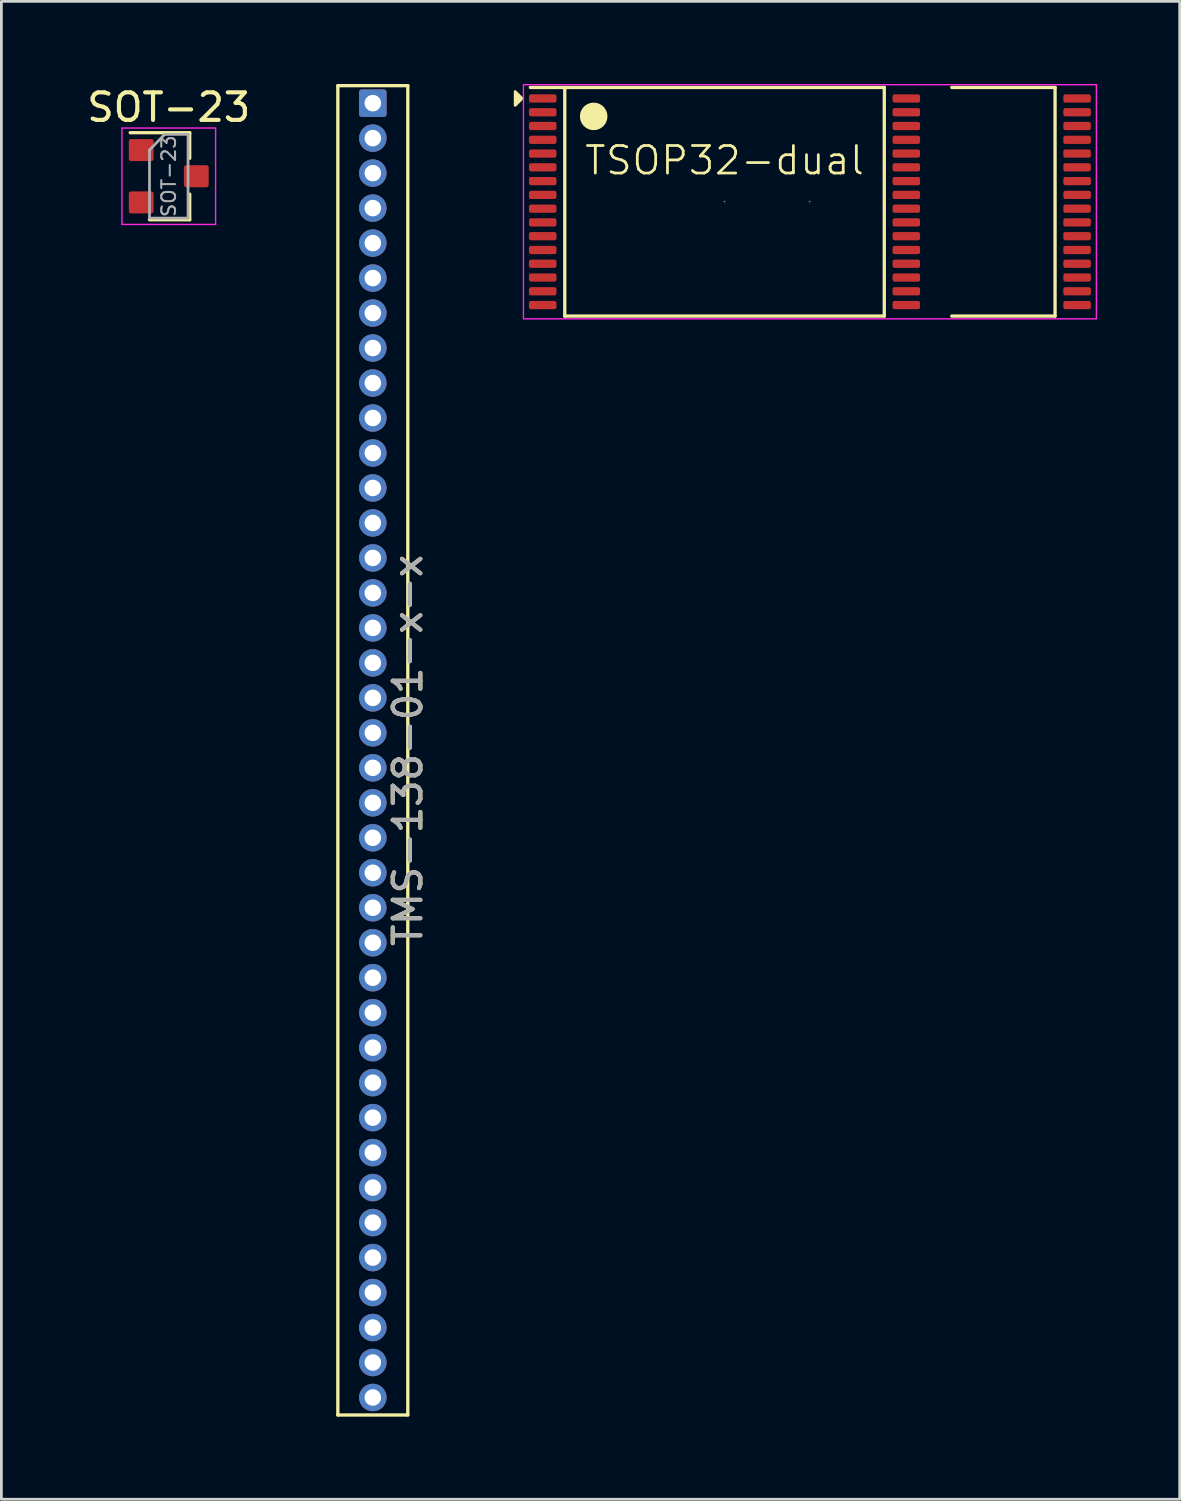
<source format=kicad_pcb>
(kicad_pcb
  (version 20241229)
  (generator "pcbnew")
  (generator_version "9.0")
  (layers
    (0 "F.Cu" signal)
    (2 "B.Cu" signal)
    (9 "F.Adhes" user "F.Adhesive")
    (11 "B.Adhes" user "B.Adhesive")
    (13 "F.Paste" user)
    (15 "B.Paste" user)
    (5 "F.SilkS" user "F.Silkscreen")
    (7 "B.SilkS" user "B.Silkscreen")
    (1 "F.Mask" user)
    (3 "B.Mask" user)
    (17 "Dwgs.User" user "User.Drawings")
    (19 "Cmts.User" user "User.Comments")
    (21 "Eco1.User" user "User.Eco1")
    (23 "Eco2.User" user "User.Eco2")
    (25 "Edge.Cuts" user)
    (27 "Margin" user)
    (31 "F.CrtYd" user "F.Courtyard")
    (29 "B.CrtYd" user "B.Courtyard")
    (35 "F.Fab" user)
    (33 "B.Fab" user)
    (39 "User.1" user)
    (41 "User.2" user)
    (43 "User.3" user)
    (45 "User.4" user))
  (footprint "TMS-138-01-x-x"
    (layer "F.Cu")
    (at 10.485 24.19)
    (property "Reference" "TMS-138-01-x-x" (at 1.27 0 270) (layer "F.SilkS") (effects (font (size 1 1) (thickness 0.15))))
    (attr through_hole)
    (fp_line (start -1.27 -24.13) (end 1.27 -24.13) (stroke (width 0.12) (type solid)) (layer "F.SilkS"))
    (fp_line (start -1.27 24.13) (end -1.27 -24.13) (stroke (width 0.12) (type solid)) (layer "F.SilkS"))
    (fp_line (start 1.27 -24.13) (end 1.27 24.13) (stroke (width 0.12) (type solid)) (layer "F.SilkS"))
    (fp_line (start 1.27 24.13) (end -1.27 24.13) (stroke (width 0.12) (type solid)) (layer "F.SilkS"))
    (fp_text user "${REFERENCE}" (at 1.27 0 270) (layer "F.Fab") (effects (font (size 1 1) (thickness 0.15))))
    (pad "1" thru_hole roundrect (at 0 -23.495) (size 1 1) (drill 0.6) (layers "*.Cu" "*.Mask") (roundrect_rratio 0.1))
    (pad "2" thru_hole circle (at 0 -22.225) (size 1 1) (drill 0.6) (layers "*.Cu" "*.Mask"))
    (pad "3" thru_hole circle (at 0 -20.955) (size 1 1) (drill 0.6) (layers "*.Cu" "*.Mask"))
    (pad "4" thru_hole circle (at 0 -19.685) (size 1 1) (drill 0.6) (layers "*.Cu" "*.Mask"))
    (pad "5" thru_hole circle (at 0 -18.415) (size 1 1) (drill 0.6) (layers "*.Cu" "*.Mask"))
    (pad "6" thru_hole circle (at 0 -17.145) (size 1 1) (drill 0.6) (layers "*.Cu" "*.Mask"))
    (pad "7" thru_hole circle (at 0 -15.875) (size 1 1) (drill 0.6) (layers "*.Cu" "*.Mask"))
    (pad "8" thru_hole circle (at 0 -14.605) (size 1 1) (drill 0.6) (layers "*.Cu" "*.Mask"))
    (pad "9" thru_hole circle (at 0 -13.335) (size 1 1) (drill 0.6) (layers "*.Cu" "*.Mask"))
    (pad "10" thru_hole circle (at 0 -12.065) (size 1 1) (drill 0.6) (layers "*.Cu" "*.Mask"))
    (pad "11" thru_hole circle (at 0 -10.795) (size 1 1) (drill 0.6) (layers "*.Cu" "*.Mask"))
    (pad "12" thru_hole circle (at 0 -9.525) (size 1 1) (drill 0.6) (layers "*.Cu" "*.Mask"))
    (pad "13" thru_hole circle (at 0 -8.255) (size 1 1) (drill 0.6) (layers "*.Cu" "*.Mask"))
    (pad "14" thru_hole circle (at 0 -6.985) (size 1 1) (drill 0.6) (layers "*.Cu" "*.Mask"))
    (pad "15" thru_hole circle (at 0 -5.715) (size 1 1) (drill 0.6) (layers "*.Cu" "*.Mask"))
    (pad "16" thru_hole circle (at 0 -4.445) (size 1 1) (drill 0.6) (layers "*.Cu" "*.Mask"))
    (pad "17" thru_hole circle (at 0 -3.175) (size 1 1) (drill 0.6) (layers "*.Cu" "*.Mask"))
    (pad "18" thru_hole circle (at 0 -1.905) (size 1 1) (drill 0.6) (layers "*.Cu" "*.Mask"))
    (pad "19" thru_hole circle (at 0 -0.635) (size 1 1) (drill 0.6) (layers "*.Cu" "*.Mask"))
    (pad "20" thru_hole circle (at 0 0.635) (size 1 1) (drill 0.6) (layers "*.Cu" "*.Mask"))
    (pad "21" thru_hole circle (at 0 1.905) (size 1 1) (drill 0.6) (layers "*.Cu" "*.Mask"))
    (pad "22" thru_hole circle (at 0 3.175) (size 1 1) (drill 0.6) (layers "*.Cu" "*.Mask"))
    (pad "23" thru_hole circle (at 0 4.445) (size 1 1) (drill 0.6) (layers "*.Cu" "*.Mask"))
    (pad "24" thru_hole circle (at 0 5.715) (size 1 1) (drill 0.6) (layers "*.Cu" "*.Mask"))
    (pad "25" thru_hole circle (at 0 6.985) (size 1 1) (drill 0.6) (layers "*.Cu" "*.Mask"))
    (pad "26" thru_hole circle (at 0 8.255) (size 1 1) (drill 0.6) (layers "*.Cu" "*.Mask"))
    (pad "27" thru_hole circle (at 0 9.525) (size 1 1) (drill 0.6) (layers "*.Cu" "*.Mask"))
    (pad "28" thru_hole circle (at 0 10.795) (size 1 1) (drill 0.6) (layers "*.Cu" "*.Mask"))
    (pad "29" thru_hole circle (at 0 12.065) (size 1 1) (drill 0.6) (layers "*.Cu" "*.Mask"))
    (pad "30" thru_hole circle (at 0 13.335) (size 1 1) (drill 0.6) (layers "*.Cu" "*.Mask"))
    (pad "31" thru_hole circle (at 0 14.605) (size 1 1) (drill 0.6) (layers "*.Cu" "*.Mask"))
    (pad "32" thru_hole circle (at 0 15.875) (size 1 1) (drill 0.6) (layers "*.Cu" "*.Mask"))
    (pad "33" thru_hole circle (at 0 17.145) (size 1 1) (drill 0.6) (layers "*.Cu" "*.Mask"))
    (pad "34" thru_hole circle (at 0 18.415) (size 1 1) (drill 0.6) (layers "*.Cu" "*.Mask"))
    (pad "35" thru_hole circle (at 0 19.685) (size 1 1) (drill 0.6) (layers "*.Cu" "*.Mask"))
    (pad "36" thru_hole circle (at 0 20.955) (size 1 1) (drill 0.6) (layers "*.Cu" "*.Mask"))
    (pad "37" thru_hole circle (at 0 22.225) (size 1 1) (drill 0.6) (layers "*.Cu" "*.Mask"))
    (pad "38" thru_hole circle (at 0 23.495) (size 1 1) (drill 0.6) (layers "*.Cu" "*.Mask")))
  (footprint "TSOP32-dual"
    (layer "F.Cu")
    (at 26.353 4.275)
    (property "Reference" "TSOP32-dual" (at -3.1 -1.5 0) (unlocked yes) (layer "F.SilkS") (effects (font (size 1 1) (thickness 0.1))))
    (attr smd)
    (fp_line (start -8.9 -4.15) (end -8.9 4.15) (stroke (width 0.12) (type solid)) (layer "F.SilkS"))
    (fp_line (start 2.7 -4.15) (end -10.15 -4.15) (stroke (width 0.12) (type solid)) (layer "F.SilkS"))
    (fp_line (start 2.7 4.15) (end -8.9 4.15) (stroke (width 0.12) (type solid)) (layer "F.SilkS"))
    (fp_line (start 2.7 4.15) (end 2.7 -4.15) (stroke (width 0.12) (type solid)) (layer "F.SilkS"))
    (fp_line (start 8.9 -4.15) (end 5.15 -4.15) (stroke (width 0.12) (type solid)) (layer "F.SilkS"))
    (fp_line (start 8.9 4.15) (end 5.15 4.15) (stroke (width 0.12) (type solid)) (layer "F.SilkS"))
    (fp_line (start 8.9 4.15) (end 8.9 -4.15) (stroke (width 0.12) (type solid)) (layer "F.SilkS"))
    (fp_circle (center -7.85 -3.1) (end -7.4 -3.1) (stroke (width 0.1) (type solid)) (fill yes) (layer "F.SilkS"))
    (fp_poly (pts (xy -10.45 -3.75) (xy -10.7 -4) (xy -10.7 -3.5)) (stroke (width 0.1) (type solid)) (fill yes) (layer "F.SilkS"))
    (fp_rect (start -10.4 -4.25) (end 10.4 4.25) (stroke (width 0.05) (type default)) (fill no) (layer "F.CrtYd"))
    (fp_line (start -3.1 -0.05) (end -3.1 0.05) (stroke (width 0.01) (type default)) (layer "F.Fab"))
    (fp_line (start -3.05 0) (end -3.15 0) (stroke (width 0.01) (type default)) (layer "F.Fab"))
    (fp_line (start -0.05 0) (end 0.05 0) (stroke (width 0.01) (type default)) (layer "F.Fab"))
    (fp_line (start 0 -0.05) (end 0 0.05) (stroke (width 0.01) (type default)) (layer "F.Fab"))
    (pad "1" smd roundrect (at -9.7 -3.75 270) (size 0.3 1) (layers "F.Cu" "F.Mask" "F.Paste") (roundrect_rratio 0.25))
    (pad "2" smd roundrect (at -9.7 -3.25 270) (size 0.3 1) (layers "F.Cu" "F.Mask" "F.Paste") (roundrect_rratio 0.25))
    (pad "3" smd roundrect (at -9.7 -2.75 270) (size 0.3 1) (layers "F.Cu" "F.Mask" "F.Paste") (roundrect_rratio 0.25))
    (pad "4" smd roundrect (at -9.7 -2.25 270) (size 0.3 1) (layers "F.Cu" "F.Mask" "F.Paste") (roundrect_rratio 0.25))
    (pad "5" smd roundrect (at -9.7 -1.75 270) (size 0.3 1) (layers "F.Cu" "F.Mask" "F.Paste") (roundrect_rratio 0.25))
    (pad "6" smd roundrect (at -9.7 -1.25 270) (size 0.3 1) (layers "F.Cu" "F.Mask" "F.Paste") (roundrect_rratio 0.25))
    (pad "7" smd roundrect (at -9.7 -0.75 270) (size 0.3 1) (layers "F.Cu" "F.Mask" "F.Paste") (roundrect_rratio 0.25))
    (pad "8" smd roundrect (at -9.7 -0.25 270) (size 0.3 1) (layers "F.Cu" "F.Mask" "F.Paste") (roundrect_rratio 0.25))
    (pad "9" smd roundrect (at -9.7 0.25 270) (size 0.3 1) (layers "F.Cu" "F.Mask" "F.Paste") (roundrect_rratio 0.25))
    (pad "10" smd roundrect (at -9.7 0.75 270) (size 0.3 1) (layers "F.Cu" "F.Mask" "F.Paste") (roundrect_rratio 0.25))
    (pad "11" smd roundrect (at -9.7 1.25 270) (size 0.3 1) (layers "F.Cu" "F.Mask" "F.Paste") (roundrect_rratio 0.25))
    (pad "12" smd roundrect (at -9.7 1.75 270) (size 0.3 1) (layers "F.Cu" "F.Mask" "F.Paste") (roundrect_rratio 0.25))
    (pad "13" smd roundrect (at -9.7 2.25 270) (size 0.3 1) (layers "F.Cu" "F.Mask" "F.Paste") (roundrect_rratio 0.25))
    (pad "14" smd roundrect (at -9.7 2.75 270) (size 0.3 1) (layers "F.Cu" "F.Mask" "F.Paste") (roundrect_rratio 0.25))
    (pad "15" smd roundrect (at -9.7 3.25 270) (size 0.3 1) (layers "F.Cu" "F.Mask" "F.Paste") (roundrect_rratio 0.25))
    (pad "16" smd roundrect (at -9.7 3.75 270) (size 0.3 1) (layers "F.Cu" "F.Mask" "F.Paste") (roundrect_rratio 0.25))
    (pad "17" smd roundrect (at 3.5 3.75 270) (size 0.3 1) (layers "F.Cu" "F.Mask" "F.Paste") (roundrect_rratio 0.25))
    (pad "17" smd roundrect (at 9.7 3.75 270) (size 0.3 1) (layers "F.Cu" "F.Mask" "F.Paste") (roundrect_rratio 0.25))
    (pad "18" smd roundrect (at 3.5 3.25 270) (size 0.3 1) (layers "F.Cu" "F.Mask" "F.Paste") (roundrect_rratio 0.25))
    (pad "18" smd roundrect (at 9.7 3.25 270) (size 0.3 1) (layers "F.Cu" "F.Mask" "F.Paste") (roundrect_rratio 0.25))
    (pad "19" smd roundrect (at 3.5 2.75 270) (size 0.3 1) (layers "F.Cu" "F.Mask" "F.Paste") (roundrect_rratio 0.25))
    (pad "19" smd roundrect (at 9.7 2.75 270) (size 0.3 1) (layers "F.Cu" "F.Mask" "F.Paste") (roundrect_rratio 0.25))
    (pad "20" smd roundrect (at 3.5 2.25 270) (size 0.3 1) (layers "F.Cu" "F.Mask" "F.Paste") (roundrect_rratio 0.25))
    (pad "20" smd roundrect (at 9.7 2.25 270) (size 0.3 1) (layers "F.Cu" "F.Mask" "F.Paste") (roundrect_rratio 0.25))
    (pad "21" smd roundrect (at 3.5 1.75 270) (size 0.3 1) (layers "F.Cu" "F.Mask" "F.Paste") (roundrect_rratio 0.25))
    (pad "21" smd roundrect (at 9.7 1.75 270) (size 0.3 1) (layers "F.Cu" "F.Mask" "F.Paste") (roundrect_rratio 0.25))
    (pad "22" smd roundrect (at 3.5 1.25 270) (size 0.3 1) (layers "F.Cu" "F.Mask" "F.Paste") (roundrect_rratio 0.25))
    (pad "22" smd roundrect (at 9.7 1.25 270) (size 0.3 1) (layers "F.Cu" "F.Mask" "F.Paste") (roundrect_rratio 0.25))
    (pad "23" smd roundrect (at 3.5 0.75 270) (size 0.3 1) (layers "F.Cu" "F.Mask" "F.Paste") (roundrect_rratio 0.25))
    (pad "23" smd roundrect (at 9.7 0.75 270) (size 0.3 1) (layers "F.Cu" "F.Mask" "F.Paste") (roundrect_rratio 0.25))
    (pad "24" smd roundrect (at 3.5 0.25 270) (size 0.3 1) (layers "F.Cu" "F.Mask" "F.Paste") (roundrect_rratio 0.25))
    (pad "24" smd roundrect (at 9.7 0.25 270) (size 0.3 1) (layers "F.Cu" "F.Mask" "F.Paste") (roundrect_rratio 0.25))
    (pad "25" smd roundrect (at 3.5 -0.25 270) (size 0.3 1) (layers "F.Cu" "F.Mask" "F.Paste") (roundrect_rratio 0.25))
    (pad "25" smd roundrect (at 9.7 -0.25 270) (size 0.3 1) (layers "F.Cu" "F.Mask" "F.Paste") (roundrect_rratio 0.25))
    (pad "26" smd roundrect (at 3.5 -0.75 270) (size 0.3 1) (layers "F.Cu" "F.Mask" "F.Paste") (roundrect_rratio 0.25))
    (pad "26" smd roundrect (at 9.7 -0.75 270) (size 0.3 1) (layers "F.Cu" "F.Mask" "F.Paste") (roundrect_rratio 0.25))
    (pad "27" smd roundrect (at 3.5 -1.25 270) (size 0.3 1) (layers "F.Cu" "F.Mask" "F.Paste") (roundrect_rratio 0.25))
    (pad "27" smd roundrect (at 9.7 -1.25 270) (size 0.3 1) (layers "F.Cu" "F.Mask" "F.Paste") (roundrect_rratio 0.25))
    (pad "28" smd roundrect (at 3.5 -1.75 270) (size 0.3 1) (layers "F.Cu" "F.Mask" "F.Paste") (roundrect_rratio 0.25))
    (pad "28" smd roundrect (at 9.7 -1.75 270) (size 0.3 1) (layers "F.Cu" "F.Mask" "F.Paste") (roundrect_rratio 0.25))
    (pad "29" smd roundrect (at 3.5 -2.25 270) (size 0.3 1) (layers "F.Cu" "F.Mask" "F.Paste") (roundrect_rratio 0.25))
    (pad "29" smd roundrect (at 9.7 -2.25 270) (size 0.3 1) (layers "F.Cu" "F.Mask" "F.Paste") (roundrect_rratio 0.25))
    (pad "30" smd roundrect (at 3.5 -2.75 270) (size 0.3 1) (layers "F.Cu" "F.Mask" "F.Paste") (roundrect_rratio 0.25))
    (pad "30" smd roundrect (at 9.7 -2.75 270) (size 0.3 1) (layers "F.Cu" "F.Mask" "F.Paste") (roundrect_rratio 0.25))
    (pad "31" smd roundrect (at 3.5 -3.25 270) (size 0.3 1) (layers "F.Cu" "F.Mask" "F.Paste") (roundrect_rratio 0.25))
    (pad "31" smd roundrect (at 9.7 -3.25 270) (size 0.3 1) (layers "F.Cu" "F.Mask" "F.Paste") (roundrect_rratio 0.25))
    (pad "32" smd roundrect (at 3.5 -3.75 270) (size 0.3 1) (layers "F.Cu" "F.Mask" "F.Paste") (roundrect_rratio 0.25))
    (pad "32" smd roundrect (at 9.7 -3.75 270) (size 0.3 1) (layers "F.Cu" "F.Mask" "F.Paste") (roundrect_rratio 0.25)))
  (footprint "SOT-23"
    (layer "F.Cu")
    (at 3.077 3.348)
    (property "Reference" "SOT-23" (at 0 -2.5 0) (layer "F.SilkS") (effects (font (size 1 1) (thickness 0.15))))
    (attr smd)
    (fp_line (start 0.76 -1.58) (end -1.4 -1.58) (stroke (width 0.12) (type solid)) (layer "F.SilkS"))
    (fp_line (start 0.76 -1.58) (end 0.76 -0.65) (stroke (width 0.12) (type solid)) (layer "F.SilkS"))
    (fp_line (start 0.76 1.58) (end -0.7 1.58) (stroke (width 0.12) (type solid)) (layer "F.SilkS"))
    (fp_line (start 0.76 1.58) (end 0.76 0.65) (stroke (width 0.12) (type solid)) (layer "F.SilkS"))
    (fp_line (start -1.7 -1.75) (end 1.7 -1.75) (stroke (width 0.05) (type solid)) (layer "F.CrtYd"))
    (fp_line (start -1.7 1.75) (end -1.7 -1.75) (stroke (width 0.05) (type solid)) (layer "F.CrtYd"))
    (fp_line (start 1.7 -1.75) (end 1.7 1.75) (stroke (width 0.05) (type solid)) (layer "F.CrtYd"))
    (fp_line (start 1.7 1.75) (end -1.7 1.75) (stroke (width 0.05) (type solid)) (layer "F.CrtYd"))
    (fp_line (start -0.7 -0.95) (end -0.7 1.5) (stroke (width 0.1) (type solid)) (layer "F.Fab"))
    (fp_line (start -0.7 -0.95) (end -0.15 -1.52) (stroke (width 0.1) (type solid)) (layer "F.Fab"))
    (fp_line (start -0.7 1.52) (end 0.7 1.52) (stroke (width 0.1) (type solid)) (layer "F.Fab"))
    (fp_line (start -0.15 -1.52) (end 0.7 -1.52) (stroke (width 0.1) (type solid)) (layer "F.Fab"))
    (fp_line (start 0.7 -1.52) (end 0.7 1.52) (stroke (width 0.1) (type solid)) (layer "F.Fab"))
    (fp_text user "${REFERENCE}" (at 0 0 90) (layer "F.Fab") (effects (font (size 0.5 0.5) (thickness 0.075))))
    (pad "1" smd roundrect (at -1 -0.95) (size 0.9 0.8) (layers "F.Cu" "F.Mask" "F.Paste") (roundrect_rratio 0.1))
    (pad "2" smd roundrect (at -1 0.95) (size 0.9 0.8) (layers "F.Cu" "F.Mask" "F.Paste") (roundrect_rratio 0.1))
    (pad "3" smd roundrect (at 1 0) (size 0.9 0.8) (layers "F.Cu" "F.Mask" "F.Paste") (roundrect_rratio 0.1)))
  (gr_rect
    (start -3 -3)
    (end 39.778 51.38)
    (stroke (width 0.1) (type default))
    (fill no)
    (layer "Edge.Cuts")))
</source>
